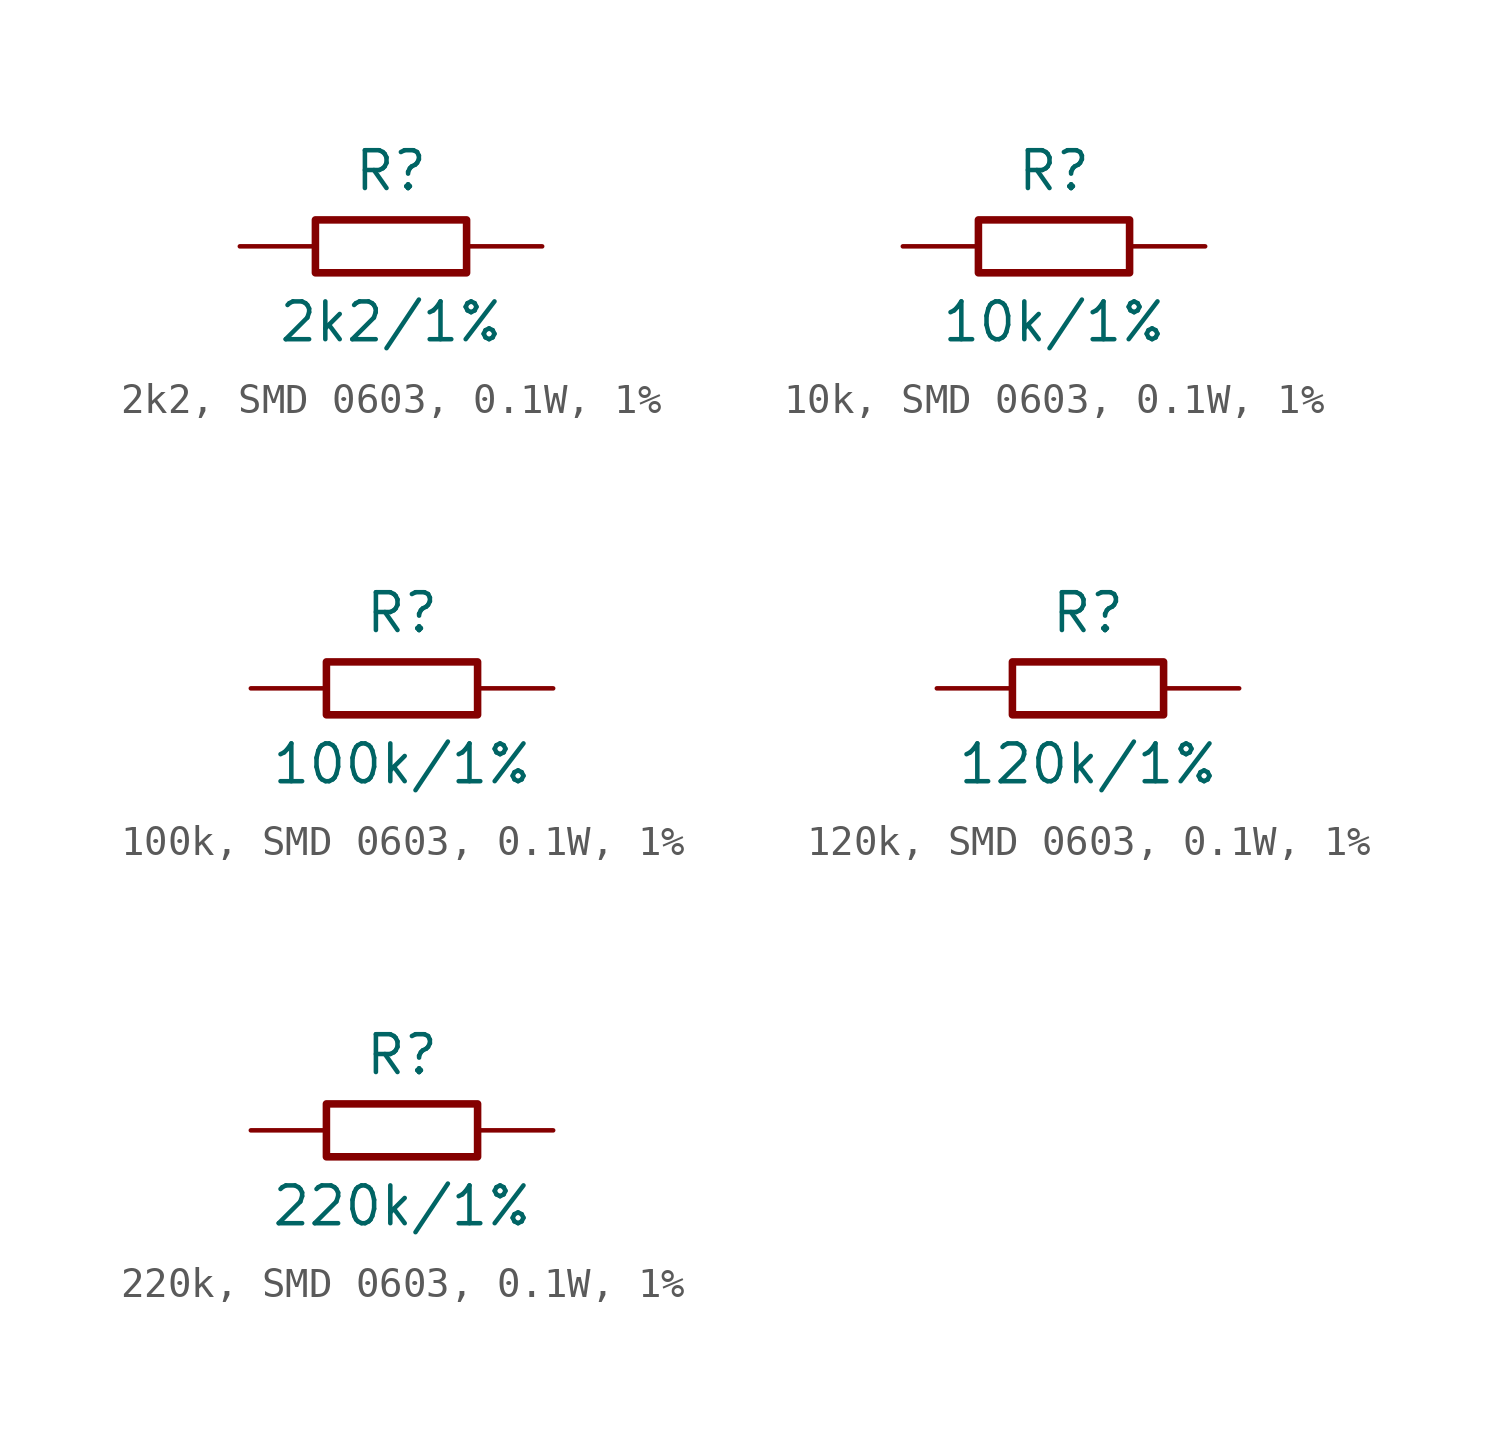
<source format=kicad_sym>
(kicad_symbol_lib
  (version 20231120)
  (generator "kicad_symbol_editor")
  (generator_version "8.0")
  (symbol "2k2, SMD 0603, 0.1W, 1%"
    (pin_numbers hide)
    (pin_names
      (offset 0) hide)
    (property "Reference" "R"
      (at 0 2.54 0)
      (effects (font (size 1.27 1.27))))
    (property "Value" "2k2/1%"
      (at 0 -2.54 0)
      (effects (font (size 1.27 1.27))))
    (symbol "2k2, SMD 0603, 0.1W, 1%_0_1"
      (rectangle (start -2.54 0.889) (end 2.54 -0.889) (stroke (width 0.254) (type default)) (fill (type none))))
    (symbol "2k2, SMD 0603, 0.1W, 1%_1_1"
      (pin passive line (at -5.08 0 0) (length 2.54) (name "1" (effects (font (size 1.27 1.27)))) (number "1" (effects (font (size 1.27 1.27)))))
      (pin passive line (at 5.08 0 180) (length 2.54) (name "2" (effects (font (size 1.27 1.27)))) (number "2" (effects (font (size 1.27 1.27)))))))
  (symbol "10k, SMD 0603, 0.1W, 1%"
    (pin_numbers hide)
    (pin_names
      (offset 0) hide)
    (property "Reference" "R"
      (at 0 2.54 0)
      (effects (font (size 1.27 1.27))))
    (property "Value" "10k/1%"
      (at 0 -2.54 0)
      (effects (font (size 1.27 1.27))))
    (symbol "10k, SMD 0603, 0.1W, 1%_0_1"
      (rectangle (start -2.54 0.889) (end 2.54 -0.889) (stroke (width 0.254) (type default)) (fill (type none))))
    (symbol "10k, SMD 0603, 0.1W, 1%_1_1"
      (pin passive line (at -5.08 0 0) (length 2.54) (name "1" (effects (font (size 1.27 1.27)))) (number "1" (effects (font (size 1.27 1.27)))))
      (pin passive line (at 5.08 0 180) (length 2.54) (name "2" (effects (font (size 1.27 1.27)))) (number "2" (effects (font (size 1.27 1.27)))))))
  (symbol "100k, SMD 0603, 0.1W, 1%"
    (pin_numbers hide)
    (pin_names
      (offset 0) hide)
    (property "Reference" "R"
      (at 0 2.54 0)
      (effects (font (size 1.27 1.27))))
    (property "Value" "100k/1%"
      (at 0 -2.54 0)
      (effects (font (size 1.27 1.27))))
    (symbol "100k, SMD 0603, 0.1W, 1%_0_1"
      (rectangle (start -2.54 0.889) (end 2.54 -0.889) (stroke (width 0.254) (type default)) (fill (type none))))
    (symbol "100k, SMD 0603, 0.1W, 1%_1_1"
      (pin passive line (at -5.08 0 0) (length 2.54) (name "1" (effects (font (size 1.27 1.27)))) (number "1" (effects (font (size 1.27 1.27)))))
      (pin passive line (at 5.08 0 180) (length 2.54) (name "2" (effects (font (size 1.27 1.27)))) (number "2" (effects (font (size 1.27 1.27)))))))
  (symbol "120k, SMD 0603, 0.1W, 1%"
    (pin_numbers hide)
    (pin_names
      (offset 0) hide)
    (property "Reference" "R"
      (at 0 2.54 0)
      (effects (font (size 1.27 1.27))))
    (property "Value" "120k/1%"
      (at 0 -2.54 0)
      (effects (font (size 1.27 1.27))))
    (symbol "120k, SMD 0603, 0.1W, 1%_0_1"
      (rectangle (start -2.54 0.889) (end 2.54 -0.889) (stroke (width 0.254) (type default)) (fill (type none))))
    (symbol "120k, SMD 0603, 0.1W, 1%_1_1"
      (pin passive line (at -5.08 0 0) (length 2.54) (name "1" (effects (font (size 1.27 1.27)))) (number "1" (effects (font (size 1.27 1.27)))))
      (pin passive line (at 5.08 0 180) (length 2.54) (name "2" (effects (font (size 1.27 1.27)))) (number "2" (effects (font (size 1.27 1.27)))))))
  (symbol "220k, SMD 0603, 0.1W, 1%"
    (pin_numbers hide)
    (pin_names
      (offset 0) hide)
    (property "Reference" "R"
      (at 0 2.54 0)
      (effects (font (size 1.27 1.27))))
    (property "Value" "220k/1%"
      (at 0 -2.54 0)
      (effects (font (size 1.27 1.27))))
    (symbol "220k, SMD 0603, 0.1W, 1%_0_1"
      (rectangle (start -2.54 0.889) (end 2.54 -0.889) (stroke (width 0.254) (type default)) (fill (type none))))
    (symbol "220k, SMD 0603, 0.1W, 1%_1_1"
      (pin passive line (at -5.08 0 0) (length 2.54) (name "1" (effects (font (size 1.27 1.27)))) (number "1" (effects (font (size 1.27 1.27)))))
      (pin passive line (at 5.08 0 180) (length 2.54) (name "2" (effects (font (size 1.27 1.27)))) (number "2" (effects (font (size 1.27 1.27))))))))
</source>
